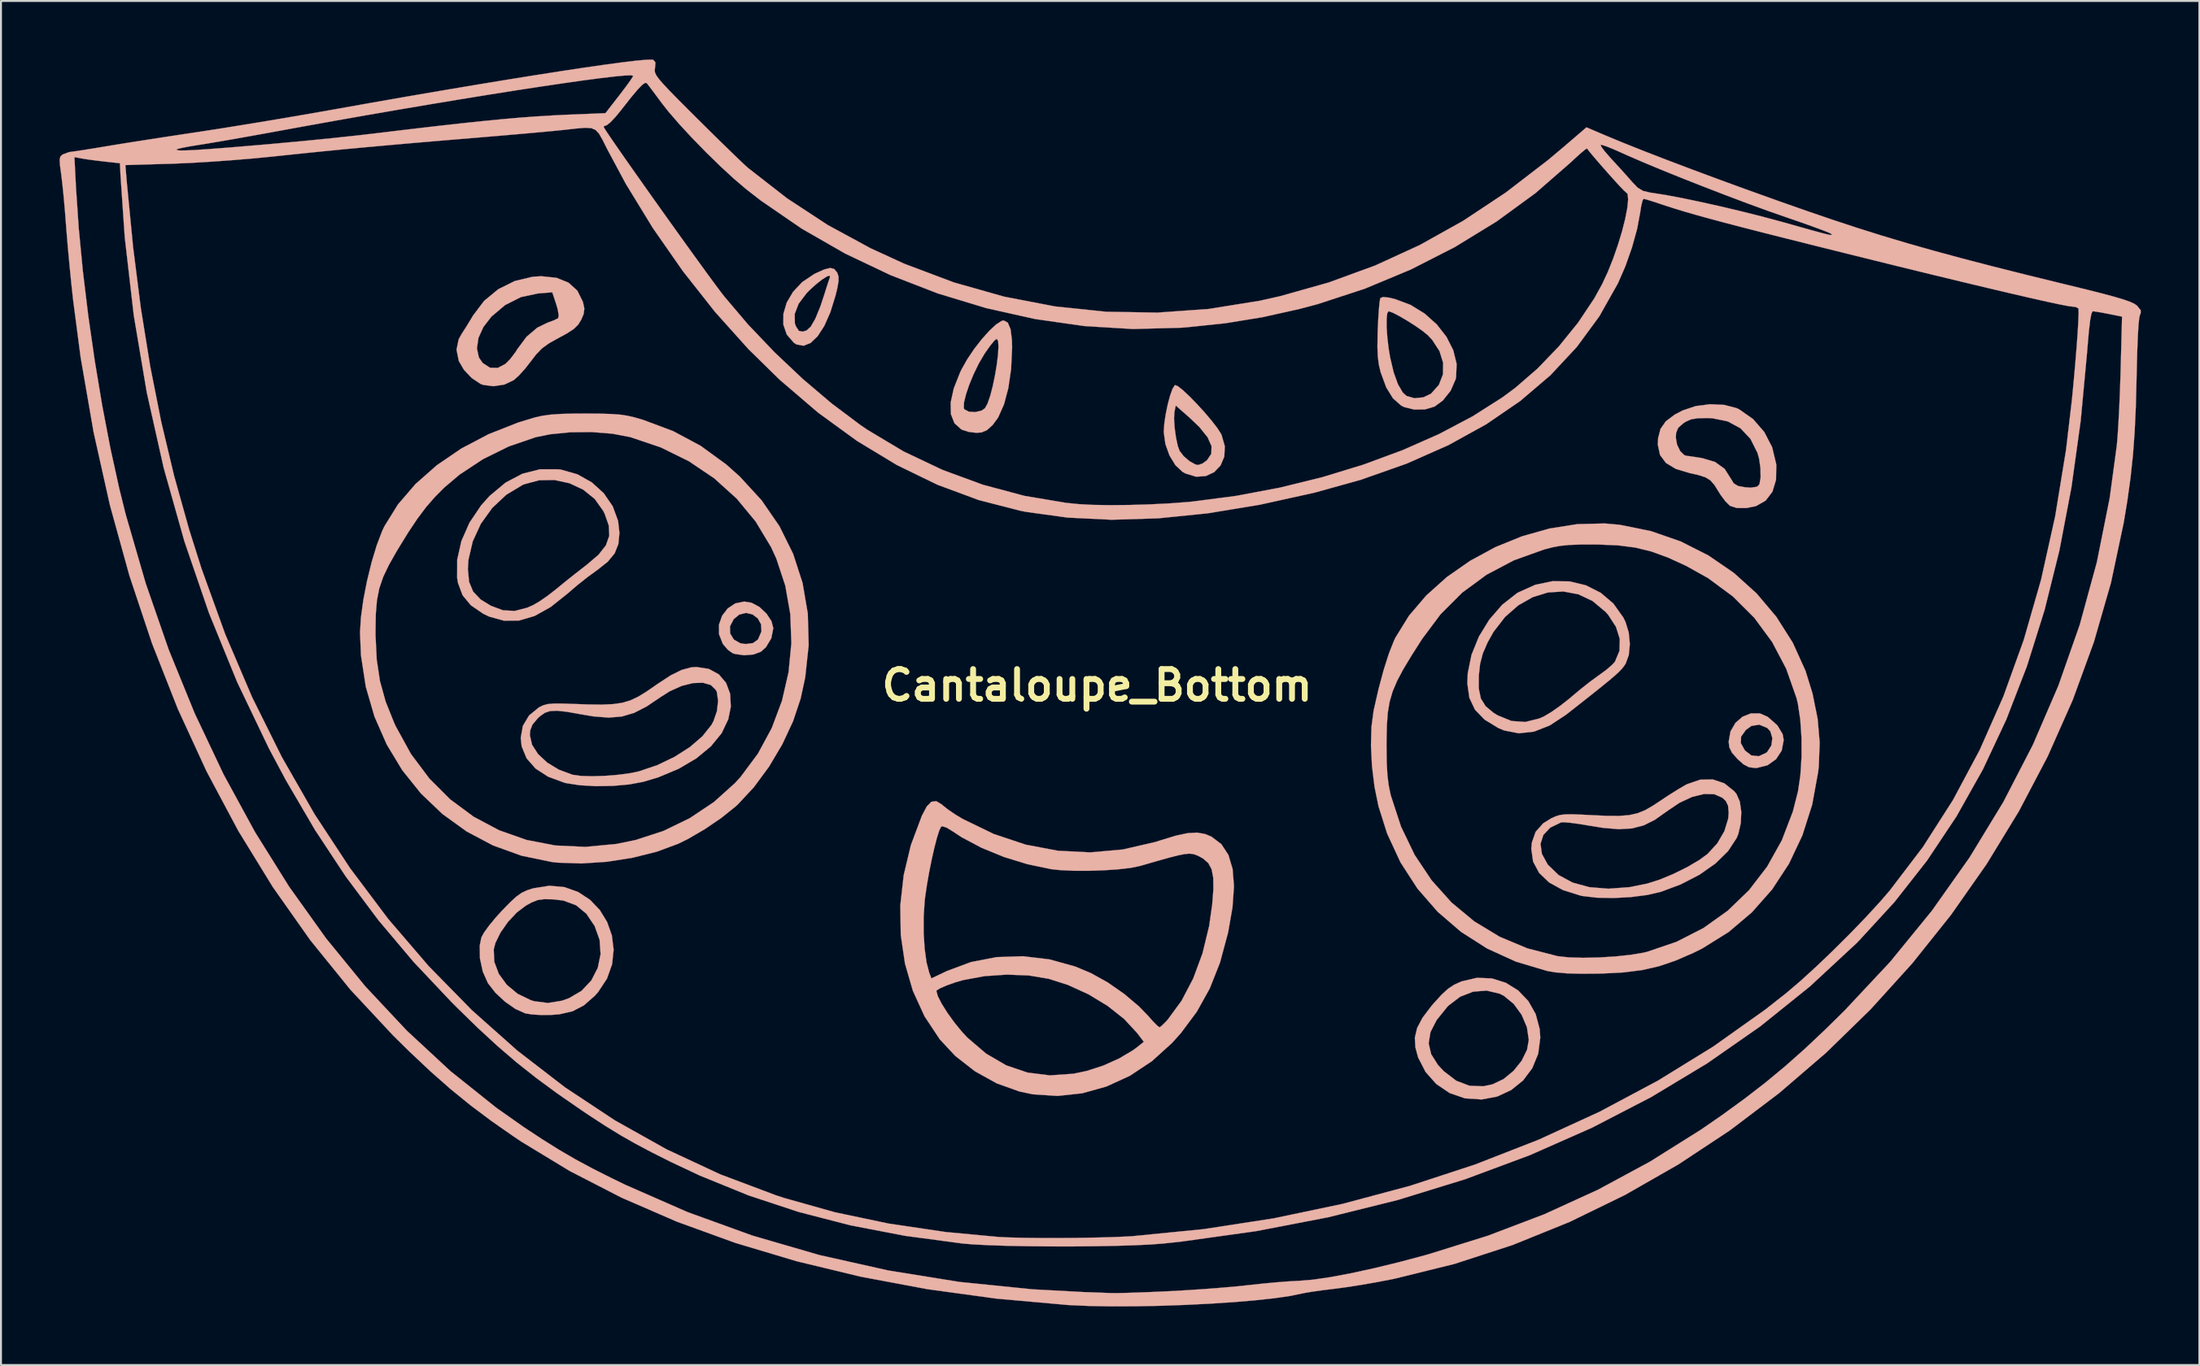
<source format=kicad_pcb>
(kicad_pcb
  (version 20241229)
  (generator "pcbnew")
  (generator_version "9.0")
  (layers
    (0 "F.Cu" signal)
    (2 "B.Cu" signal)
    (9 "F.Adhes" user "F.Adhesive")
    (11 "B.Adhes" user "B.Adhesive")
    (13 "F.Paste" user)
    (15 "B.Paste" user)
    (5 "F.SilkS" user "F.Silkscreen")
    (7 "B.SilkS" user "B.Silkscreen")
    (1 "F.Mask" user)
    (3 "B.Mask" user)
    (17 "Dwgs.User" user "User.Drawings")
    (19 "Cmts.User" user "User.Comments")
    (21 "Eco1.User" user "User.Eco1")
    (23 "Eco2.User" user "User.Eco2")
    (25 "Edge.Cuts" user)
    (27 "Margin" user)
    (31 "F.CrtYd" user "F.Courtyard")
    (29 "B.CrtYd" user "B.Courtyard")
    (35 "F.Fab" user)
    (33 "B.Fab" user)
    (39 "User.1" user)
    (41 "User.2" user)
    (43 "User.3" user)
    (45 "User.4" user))
  (footprint "Cantaloupe_Bottom"
    (layer "F.Cu")
    (at 53.127 32.065)
    (property "Reference" "Cantaloupe_Bottom" (at 0 0 0) (layer "F.SilkS") (effects (font (size 1.524 1.524) (thickness 0.3))))
    (attr through_hole)
    (fp_poly (pts (xy 33.938 1.438) (xy 34.339 1.614) (xy 34.83 2.047) (xy 35.102 2.499) (xy 35.156 2.804) (xy 35.054 3.341) (xy 34.764 3.784) (xy 34.327 4.094) (xy 33.786 4.23) (xy 33.688 4.233) (xy 33.375 4.194) (xy 33.097 4.047) (xy 32.794 3.777) (xy 32.508 3.453) (xy 32.371 3.175) (xy 32.347 2.961) (xy 32.961 2.961) (xy 33.169 3.335) (xy 33.17 3.336) (xy 33.497 3.589) (xy 33.877 3.631) (xy 34.253 3.459) (xy 34.315 3.406) (xy 34.523 3.082) (xy 34.575 2.704) (xy 34.472 2.357) (xy 34.311 2.182) (xy 33.902 2.014) (xy 33.503 2.079) (xy 33.215 2.288) (xy 32.975 2.626) (xy 32.961 2.961) (xy 32.347 2.961) (xy 32.338 2.884) (xy 32.432 2.359) (xy 32.683 1.925) (xy 33.047 1.607) (xy 33.48 1.436) (xy 33.938 1.438)) (stroke (width 0.01) (type solid)) (fill yes) (layer "B.SilkS"))
    (fp_poly (pts (xy -17.693 -4.232) (xy -17.29 -4.015) (xy -16.931 -3.678) (xy -16.675 -3.29) (xy -16.581 -2.93) (xy -16.683 -2.411) (xy -16.959 -1.952) (xy -17.217 -1.723) (xy -17.597 -1.581) (xy -18.078 -1.541) (xy -18.55 -1.61) (xy -18.667 -1.65) (xy -18.904 -1.819) (xy -19.142 -2.095) (xy -19.173 -2.142) (xy -19.361 -2.624) (xy -19.361 -3.02) (xy -18.8 -3.02) (xy -18.788 -2.653) (xy -18.6 -2.345) (xy -18.262 -2.153) (xy -17.992 -2.117) (xy -17.621 -2.165) (xy -17.386 -2.333) (xy -17.352 -2.378) (xy -17.186 -2.767) (xy -17.208 -3.129) (xy -17.375 -3.43) (xy -17.646 -3.635) (xy -17.977 -3.712) (xy -18.326 -3.625) (xy -18.609 -3.392) (xy -18.8 -3.02) (xy -19.361 -3.02) (xy -19.361 -3.113) (xy -19.203 -3.566) (xy -18.916 -3.941) (xy -18.529 -4.198) (xy -18.073 -4.294) (xy -17.693 -4.232)) (stroke (width 0.01) (type solid)) (fill yes) (layer "B.SilkS"))
    (fp_poly (pts (xy -13.463 -21.334) (xy -13.315 -21.156) (xy -13.304 -21.137) (xy -13.242 -20.952) (xy -13.241 -20.704) (xy -13.307 -20.333) (xy -13.395 -19.971) (xy -13.659 -19.118) (xy -13.968 -18.42) (xy -14.308 -17.891) (xy -14.668 -17.546) (xy -15.033 -17.4) (xy -15.392 -17.467) (xy -15.528 -17.554) (xy -15.891 -17.974) (xy -16.066 -18.481) (xy -16.062 -19.031) (xy -15.485 -19.031) (xy -15.477 -18.549) (xy -15.422 -18.394) (xy -15.273 -18.163) (xy -15.076 -18.123) (xy -14.88 -18.183) (xy -14.666 -18.374) (xy -14.429 -18.785) (xy -14.176 -19.401) (xy -13.999 -19.932) (xy -13.864 -20.359) (xy -13.75 -20.709) (xy -13.68 -20.91) (xy -13.677 -20.918) (xy -13.694 -20.998) (xy -13.844 -20.946) (xy -14.09 -20.788) (xy -14.392 -20.551) (xy -14.71 -20.262) (xy -14.878 -20.092) (xy -15.283 -19.554) (xy -15.485 -19.031) (xy -16.062 -19.031) (xy -16.062 -19.04) (xy -15.892 -19.615) (xy -15.565 -20.169) (xy -15.094 -20.667) (xy -14.49 -21.072) (xy -14.438 -21.099) (xy -13.979 -21.307) (xy -13.669 -21.385) (xy -13.463 -21.334)) (stroke (width 0.01) (type solid)) (fill yes) (layer "B.SilkS"))
    (fp_poly (pts (xy 4.14 -15.324) (xy 4.399 -15.118) (xy 4.735 -14.803) (xy 5.112 -14.415) (xy 5.497 -13.993) (xy 5.853 -13.573) (xy 6.147 -13.193) (xy 6.343 -12.891) (xy 6.371 -12.834) (xy 6.539 -12.251) (xy 6.512 -11.719) (xy 6.321 -11.268) (xy 5.996 -10.926) (xy 5.568 -10.724) (xy 5.068 -10.69) (xy 4.528 -10.854) (xy 4.374 -10.939) (xy 4.011 -11.276) (xy 3.707 -11.775) (xy 3.496 -12.362) (xy 3.413 -12.964) (xy 3.413 -12.994) (xy 3.441 -13.415) (xy 3.478 -13.666) (xy 3.939 -13.666) (xy 3.969 -13.202) (xy 4.036 -12.707) (xy 4.129 -12.272) (xy 4.222 -12.016) (xy 4.436 -11.737) (xy 4.735 -11.483) (xy 5.032 -11.318) (xy 5.168 -11.289) (xy 5.393 -11.365) (xy 5.622 -11.529) (xy 5.847 -11.864) (xy 5.859 -12.256) (xy 5.656 -12.712) (xy 5.235 -13.237) (xy 4.724 -13.724) (xy 4.026 -14.336) (xy 3.959 -14.006) (xy 3.939 -13.666) (xy 3.478 -13.666) (xy 3.514 -13.903) (xy 3.617 -14.401) (xy 3.738 -14.85) (xy 3.861 -15.193) (xy 3.973 -15.372) (xy 3.993 -15.383) (xy 4.14 -15.324)) (stroke (width 0.01) (type solid)) (fill yes) (layer "B.SilkS"))
    (fp_poly (pts (xy -4.575 -18.585) (xy -4.434 -18.252) (xy -4.363 -17.701) (xy -4.353 -17.308) (xy -4.404 -16.215) (xy -4.546 -15.232) (xy -4.77 -14.391) (xy -5.069 -13.722) (xy -5.345 -13.344) (xy -5.64 -13.077) (xy -5.917 -12.959) (xy -6.187 -12.94) (xy -6.577 -12.987) (xy -6.922 -13.097) (xy -6.951 -13.112) (xy -7.304 -13.428) (xy -7.486 -13.894) (xy -7.493 -14.212) (xy -6.828 -14.212) (xy -6.799 -14.145) (xy -6.566 -14.021) (xy -6.234 -14.002) (xy -5.911 -14.08) (xy -5.742 -14.199) (xy -5.61 -14.44) (xy -5.476 -14.827) (xy -5.348 -15.315) (xy -5.234 -15.858) (xy -5.141 -16.408) (xy -5.077 -16.92) (xy -5.05 -17.346) (xy -5.068 -17.64) (xy -5.138 -17.756) (xy -5.143 -17.756) (xy -5.26 -17.664) (xy -5.462 -17.42) (xy -5.71 -17.071) (xy -5.778 -16.969) (xy -6.059 -16.488) (xy -6.321 -15.951) (xy -6.546 -15.408) (xy -6.717 -14.905) (xy -6.817 -14.49) (xy -6.828 -14.212) (xy -7.493 -14.212) (xy -7.498 -14.494) (xy -7.34 -15.215) (xy -7.012 -16.044) (xy -6.937 -16.198) (xy -6.647 -16.713) (xy -6.291 -17.24) (xy -5.904 -17.738) (xy -5.518 -18.169) (xy -5.168 -18.494) (xy -4.886 -18.674) (xy -4.784 -18.697) (xy -4.575 -18.585)) (stroke (width 0.01) (type solid)) (fill yes) (layer "B.SilkS"))
    (fp_poly (pts (xy 20.215 15.016) (xy 20.927 15.239) (xy 21.558 15.632) (xy 22.078 16.174) (xy 22.456 16.842) (xy 22.662 17.615) (xy 22.692 18.05) (xy 22.585 18.877) (xy 22.282 19.616) (xy 21.811 20.243) (xy 21.203 20.735) (xy 20.486 21.068) (xy 19.691 21.218) (xy 18.846 21.162) (xy 18.832 21.159) (xy 18.05 20.889) (xy 17.368 20.427) (xy 16.819 19.81) (xy 16.438 19.07) (xy 16.297 18.552) (xy 16.286 18.342) (xy 16.976 18.342) (xy 17.104 18.898) (xy 17.453 19.449) (xy 17.751 19.769) (xy 18.389 20.258) (xy 19.061 20.515) (xy 19.773 20.542) (xy 20.243 20.442) (xy 20.808 20.174) (xy 21.322 19.753) (xy 21.739 19.233) (xy 22.014 18.669) (xy 22.104 18.168) (xy 22.007 17.514) (xy 21.736 16.878) (xy 21.331 16.322) (xy 20.83 15.909) (xy 20.612 15.798) (xy 19.942 15.639) (xy 19.253 15.695) (xy 18.589 15.954) (xy 17.996 16.405) (xy 17.922 16.482) (xy 17.384 17.151) (xy 17.069 17.765) (xy 16.976 18.342) (xy 16.286 18.342) (xy 16.269 18.049) (xy 16.386 17.555) (xy 16.663 17.027) (xy 17.12 16.425) (xy 17.234 16.293) (xy 17.64 15.847) (xy 17.97 15.544) (xy 18.286 15.336) (xy 18.649 15.174) (xy 18.669 15.166) (xy 19.452 14.984) (xy 20.215 15.016)) (stroke (width 0.01) (type solid)) (fill yes) (layer "B.SilkS"))
    (fp_poly (pts (xy 14.951 -19.864) (xy 15.244 -19.795) (xy 16.045 -19.495) (xy 16.769 -19.05) (xy 17.392 -18.493) (xy 17.889 -17.856) (xy 18.236 -17.171) (xy 18.408 -16.473) (xy 18.381 -15.792) (xy 18.354 -15.674) (xy 18.101 -15.095) (xy 17.703 -14.595) (xy 17.278 -14.283) (xy 16.791 -14.139) (xy 16.234 -14.131) (xy 15.72 -14.258) (xy 15.569 -14.335) (xy 15.15 -14.704) (xy 14.805 -15.263) (xy 14.522 -16.032) (xy 14.518 -16.044) (xy 14.427 -16.425) (xy 14.374 -16.837) (xy 14.353 -17.341) (xy 14.363 -17.999) (xy 14.37 -18.228) (xy 14.395 -18.766) (xy 14.823 -18.766) (xy 14.825 -18.335) (xy 14.861 -17.812) (xy 14.929 -17.246) (xy 15.002 -16.807) (xy 15.185 -16.034) (xy 15.406 -15.422) (xy 15.654 -15) (xy 15.845 -14.827) (xy 16.25 -14.711) (xy 16.706 -14.756) (xy 17.096 -14.945) (xy 17.501 -15.397) (xy 17.708 -15.936) (xy 17.717 -16.524) (xy 17.531 -17.127) (xy 17.153 -17.707) (xy 16.918 -17.954) (xy 16.656 -18.166) (xy 16.289 -18.422) (xy 15.876 -18.685) (xy 15.473 -18.921) (xy 15.14 -19.093) (xy 14.934 -19.167) (xy 14.923 -19.168) (xy 14.855 -19.059) (xy 14.823 -18.766) (xy 14.395 -18.766) (xy 14.397 -18.803) (xy 14.43 -19.295) (xy 14.466 -19.656) (xy 14.5 -19.835) (xy 14.503 -19.841) (xy 14.642 -19.898) (xy 14.951 -19.864)) (stroke (width 0.01) (type solid)) (fill yes) (layer "B.SilkS"))
    (fp_poly (pts (xy -27.683 -20.881) (xy -27.067 -20.633) (xy -26.614 -20.222) (xy -26.331 -19.652) (xy -26.33 -19.649) (xy -26.256 -19.307) (xy -26.292 -19.024) (xy -26.414 -18.738) (xy -26.571 -18.481) (xy -26.797 -18.261) (xy -27.145 -18.033) (xy -27.547 -17.815) (xy -28.054 -17.534) (xy -28.42 -17.27) (xy -28.726 -16.954) (xy -28.978 -16.625) (xy -29.289 -16.227) (xy -29.608 -15.874) (xy -29.867 -15.641) (xy -29.87 -15.639) (xy -30.354 -15.411) (xy -30.909 -15.326) (xy -31.434 -15.394) (xy -31.574 -15.447) (xy -32.02 -15.745) (xy -32.42 -16.165) (xy -32.682 -16.615) (xy -32.683 -16.618) (xy -32.801 -17.196) (xy -32.786 -17.269) (xy -31.757 -17.269) (xy -31.657 -16.801) (xy -31.461 -16.516) (xy -31.087 -16.274) (xy -30.688 -16.265) (xy -30.296 -16.472) (xy -30.048 -16.723) (xy -29.782 -17.075) (xy -29.684 -17.231) (xy -29.22 -17.855) (xy -28.666 -18.327) (xy -28.144 -18.581) (xy -27.832 -18.695) (xy -27.619 -18.799) (xy -27.592 -18.818) (xy -27.57 -18.973) (xy -27.621 -19.271) (xy -27.695 -19.525) (xy -27.898 -20.138) (xy -28.635 -20.079) (xy -29.505 -19.893) (xy -30.313 -19.485) (xy -31.016 -18.891) (xy -31.428 -18.356) (xy -31.678 -17.802) (xy -31.757 -17.269) (xy -32.786 -17.269) (xy -32.692 -17.73) (xy -32.54 -18.005) (xy -32.317 -18.352) (xy -32.06 -18.771) (xy -31.954 -18.95) (xy -31.386 -19.702) (xy -30.662 -20.298) (xy -29.822 -20.716) (xy -28.903 -20.935) (xy -28.456 -20.962) (xy -27.683 -20.881)) (stroke (width 0.01) (type solid)) (fill yes) (layer "B.SilkS"))
    (fp_poly (pts (xy -27.272 10.338) (xy -26.575 10.587) (xy -25.968 10.985) (xy -25.468 11.507) (xy -25.089 12.125) (xy -24.847 12.813) (xy -24.757 13.543) (xy -24.835 14.29) (xy -25.096 15.025) (xy -25.556 15.722) (xy -25.729 15.914) (xy -26.278 16.395) (xy -26.855 16.697) (xy -27.532 16.853) (xy -27.987 16.889) (xy -28.486 16.89) (xy -28.952 16.86) (xy -29.283 16.805) (xy -29.287 16.804) (xy -29.786 16.58) (xy -30.319 16.208) (xy -30.812 15.748) (xy -31.191 15.26) (xy -31.194 15.255) (xy -31.458 14.662) (xy -31.602 13.989) (xy -31.609 13.522) (xy -30.895 13.522) (xy -30.868 14.163) (xy -30.636 14.782) (xy -30.229 15.34) (xy -29.675 15.802) (xy -29.006 16.127) (xy -28.817 16.185) (xy -28.121 16.274) (xy -27.406 16.158) (xy -27.046 16.031) (xy -26.395 15.648) (xy -25.898 15.117) (xy -25.57 14.478) (xy -25.424 13.771) (xy -25.476 13.036) (xy -25.728 12.333) (xy -26.156 11.697) (xy -26.678 11.268) (xy -27.323 11.028) (xy -27.845 10.964) (xy -28.306 10.955) (xy -28.64 10.999) (xy -28.953 11.121) (xy -29.247 11.283) (xy -29.718 11.64) (xy -30.168 12.122) (xy -30.548 12.664) (xy -30.81 13.197) (xy -30.895 13.522) (xy -31.609 13.522) (xy -31.612 13.331) (xy -31.529 12.918) (xy -31.393 12.667) (xy -31.131 12.305) (xy -30.784 11.885) (xy -30.485 11.556) (xy -30.063 11.122) (xy -29.742 10.827) (xy -29.469 10.632) (xy -29.192 10.501) (xy -28.879 10.4) (xy -28.046 10.267) (xy -27.272 10.338)) (stroke (width 0.01) (type solid)) (fill yes) (layer "B.SilkS"))
    (fp_poly (pts (xy 32.106 -14.37) (xy 32.733 -14.208) (xy 32.875 -14.142) (xy 33.588 -13.643) (xy 34.161 -12.981) (xy 34.565 -12.199) (xy 34.771 -11.342) (xy 34.777 -11.278) (xy 34.763 -10.528) (xy 34.578 -9.919) (xy 34.232 -9.466) (xy 33.734 -9.182) (xy 33.252 -9.086) (xy 32.759 -9.087) (xy 32.431 -9.187) (xy 32.38 -9.221) (xy 32.17 -9.431) (xy 31.929 -9.753) (xy 31.828 -9.915) (xy 31.605 -10.272) (xy 31.398 -10.507) (xy 31.144 -10.662) (xy 30.776 -10.779) (xy 30.336 -10.878) (xy 29.624 -11.092) (xy 29.124 -11.397) (xy 28.823 -11.804) (xy 28.71 -12.328) (xy 28.725 -12.668) (xy 28.731 -12.692) (xy 29.633 -12.692) (xy 29.696 -12.329) (xy 29.855 -12.005) (xy 30.064 -11.797) (xy 30.192 -11.759) (xy 30.347 -11.74) (xy 30.66 -11.694) (xy 30.976 -11.644) (xy 31.64 -11.446) (xy 32.13 -11.094) (xy 32.457 -10.58) (xy 32.459 -10.576) (xy 32.597 -10.35) (xy 32.818 -10.216) (xy 33.182 -10.148) (xy 33.472 -10.129) (xy 33.791 -10.176) (xy 33.913 -10.299) (xy 33.974 -10.645) (xy 33.967 -11.112) (xy 33.9 -11.599) (xy 33.816 -11.906) (xy 33.452 -12.632) (xy 32.943 -13.171) (xy 32.294 -13.523) (xy 31.506 -13.685) (xy 31.221 -13.696) (xy 30.734 -13.683) (xy 30.399 -13.625) (xy 30.132 -13.504) (xy 30.016 -13.427) (xy 29.754 -13.197) (xy 29.648 -12.94) (xy 29.633 -12.692) (xy 28.731 -12.692) (xy 28.848 -13.141) (xy 29.12 -13.53) (xy 29.573 -13.871) (xy 29.986 -14.087) (xy 30.652 -14.309) (xy 31.385 -14.404) (xy 32.106 -14.37)) (stroke (width 0.01) (type solid)) (fill yes) (layer "B.SilkS"))
    (fp_poly (pts (xy -27.583 -11.07) (xy -27.439 -11.05) (xy -26.608 -10.812) (xy -25.873 -10.399) (xy -25.262 -9.843) (xy -24.804 -9.176) (xy -24.529 -8.428) (xy -24.459 -7.806) (xy -24.515 -7.237) (xy -24.704 -6.763) (xy -25.057 -6.335) (xy -25.604 -5.901) (xy -25.657 -5.865) (xy -26.099 -5.542) (xy -26.607 -5.139) (xy -27.078 -4.736) (xy -27.119 -4.7) (xy -27.981 -4.013) (xy -28.804 -3.554) (xy -29.597 -3.321) (xy -30.369 -3.312) (xy -31.131 -3.523) (xy -31.442 -3.674) (xy -32.071 -4.106) (xy -32.492 -4.618) (xy -32.725 -5.241) (xy -32.769 -5.505) (xy -32.767 -5.951) (xy -32.22 -5.951) (xy -32.158 -5.304) (xy -31.949 -4.803) (xy -31.565 -4.399) (xy -31.044 -4.078) (xy -30.425 -3.846) (xy -29.821 -3.813) (xy -29.178 -3.98) (xy -28.875 -4.114) (xy -28.544 -4.308) (xy -28.126 -4.598) (xy -27.71 -4.922) (xy -27.693 -4.936) (xy -27.249 -5.3) (xy -26.719 -5.722) (xy -26.206 -6.121) (xy -26.126 -6.182) (xy -25.531 -6.692) (xy -25.152 -7.174) (xy -24.98 -7.661) (xy -25.004 -8.186) (xy -25.213 -8.784) (xy -25.288 -8.937) (xy -25.723 -9.549) (xy -26.315 -10.027) (xy -27.018 -10.356) (xy -27.787 -10.521) (xy -28.576 -10.508) (xy -29.34 -10.302) (xy -29.425 -10.265) (xy -30.256 -9.763) (xy -30.975 -9.087) (xy -31.556 -8.278) (xy -31.97 -7.38) (xy -32.191 -6.434) (xy -32.22 -5.951) (xy -32.767 -5.951) (xy -32.766 -6.442) (xy -32.55 -7.399) (xy -32.136 -8.339) (xy -31.539 -9.224) (xy -31.106 -9.707) (xy -30.29 -10.388) (xy -29.426 -10.844) (xy -28.521 -11.072) (xy -27.583 -11.07)) (stroke (width 0.01) (type solid)) (fill yes) (layer "B.SilkS"))
    (fp_poly (pts (xy 24.198 -5.326) (xy 25.029 -5.125) (xy 25.785 -4.744) (xy 26.433 -4.193) (xy 26.942 -3.478) (xy 27.055 -3.25) (xy 27.22 -2.711) (xy 27.277 -2.116) (xy 27.224 -1.554) (xy 27.065 -1.116) (xy 26.977 -0.982) (xy 26.867 -0.845) (xy 26.714 -0.686) (xy 26.497 -0.487) (xy 26.193 -0.229) (xy 25.781 0.106) (xy 25.241 0.537) (xy 24.55 1.082) (xy 24.015 1.502) (xy 23.178 2.053) (xy 22.371 2.371) (xy 21.592 2.457) (xy 20.838 2.31) (xy 20.538 2.183) (xy 19.836 1.754) (xy 19.348 1.248) (xy 19.06 0.638) (xy 18.994 0.166) (xy 19.542 0.166) (xy 19.649 0.674) (xy 19.893 1.069) (xy 20.298 1.406) (xy 20.515 1.539) (xy 21.216 1.825) (xy 21.923 1.876) (xy 22.648 1.695) (xy 22.887 1.587) (xy 23.255 1.369) (xy 23.711 1.048) (xy 24.172 0.686) (xy 24.292 0.584) (xy 24.748 0.201) (xy 25.228 -0.178) (xy 25.645 -0.485) (xy 25.726 -0.541) (xy 26.085 -0.805) (xy 26.379 -1.062) (xy 26.518 -1.219) (xy 26.748 -1.773) (xy 26.763 -2.377) (xy 26.567 -3) (xy 26.167 -3.615) (xy 26.034 -3.764) (xy 25.373 -4.319) (xy 24.643 -4.665) (xy 23.871 -4.81) (xy 23.083 -4.759) (xy 22.306 -4.52) (xy 21.565 -4.099) (xy 20.886 -3.503) (xy 20.296 -2.739) (xy 19.995 -2.201) (xy 19.748 -1.632) (xy 19.61 -1.103) (xy 19.545 -0.507) (xy 19.542 0.166) (xy 18.994 0.166) (xy 18.957 -0.101) (xy 18.978 -0.618) (xy 19.17 -1.565) (xy 19.55 -2.501) (xy 20.085 -3.373) (xy 20.741 -4.128) (xy 21.485 -4.713) (xy 21.563 -4.76) (xy 22.433 -5.152) (xy 23.321 -5.337) (xy 24.198 -5.326)) (stroke (width 0.01) (type solid)) (fill yes) (layer "B.SilkS"))
    (fp_poly (pts (xy -19.88 -0.842) (xy -19.368 -0.562) (xy -18.999 -0.128) (xy -18.79 0.433) (xy -18.757 1.095) (xy -18.886 1.736) (xy -19.227 2.454) (xy -19.779 3.128) (xy -20.518 3.739) (xy -21.421 4.272) (xy -22.464 4.71) (xy -23.249 4.945) (xy -23.964 5.077) (xy -24.795 5.151) (xy -25.663 5.165) (xy -26.483 5.119) (xy -27.174 5.013) (xy -27.281 4.987) (xy -28.108 4.682) (xy -28.756 4.262) (xy -29.213 3.74) (xy -29.465 3.13) (xy -29.514 2.693) (xy -29.489 2.554) (xy -29.045 2.554) (xy -28.934 3.043) (xy -28.625 3.523) (xy -28.155 3.96) (xy -27.558 4.322) (xy -26.871 4.576) (xy -26.842 4.584) (xy -26.427 4.641) (xy -25.852 4.657) (xy -25.189 4.636) (xy -24.51 4.581) (xy -23.887 4.497) (xy -23.46 4.406) (xy -22.517 4.086) (xy -21.635 3.662) (xy -20.853 3.162) (xy -20.213 2.611) (xy -19.754 2.036) (xy -19.647 1.842) (xy -19.468 1.324) (xy -19.407 0.8) (xy -19.469 0.355) (xy -19.518 0.24) (xy -19.779 -0.017) (xy -20.187 -0.134) (xy -20.699 -0.116) (xy -21.277 0.03) (xy -21.881 0.301) (xy -22.343 0.594) (xy -23.064 1.081) (xy -23.708 1.411) (xy -24.336 1.597) (xy -25.009 1.653) (xy -25.789 1.591) (xy -26.498 1.471) (xy -27.164 1.353) (xy -27.652 1.3) (xy -28.009 1.317) (xy -28.284 1.409) (xy -28.526 1.581) (xy -28.646 1.693) (xy -28.912 2.009) (xy -29.028 2.31) (xy -29.045 2.554) (xy -29.489 2.554) (xy -29.405 2.075) (xy -29.086 1.542) (xy -28.586 1.132) (xy -28.367 1.023) (xy -28.126 0.959) (xy -27.804 0.931) (xy -27.34 0.934) (xy -26.999 0.946) (xy -26.086 0.978) (xy -25.363 0.987) (xy -24.788 0.962) (xy -24.317 0.894) (xy -23.905 0.772) (xy -23.509 0.586) (xy -23.085 0.327) (xy -22.589 -0.015) (xy -22.504 -0.075) (xy -21.836 -0.512) (xy -21.278 -0.789) (xy -20.786 -0.922) (xy -20.52 -0.941) (xy -19.88 -0.842)) (stroke (width 0.01) (type solid)) (fill yes) (layer "B.SilkS"))
    (fp_poly (pts (xy 32.116 5.019) (xy 32.619 5.421) (xy 32.737 5.565) (xy 32.91 5.957) (xy 32.984 6.482) (xy 32.959 7.06) (xy 32.833 7.611) (xy 32.748 7.82) (xy 32.309 8.491) (xy 31.664 9.125) (xy 30.844 9.702) (xy 29.877 10.201) (xy 28.869 10.577) (xy 28.164 10.741) (xy 27.328 10.848) (xy 26.445 10.896) (xy 25.599 10.88) (xy 24.873 10.796) (xy 24.74 10.769) (xy 23.847 10.487) (xy 23.141 10.097) (xy 22.631 9.608) (xy 22.324 9.03) (xy 22.231 8.372) (xy 22.255 8.121) (xy 22.703 8.121) (xy 22.774 8.634) (xy 23.071 9.176) (xy 23.079 9.186) (xy 23.63 9.719) (xy 24.345 10.105) (xy 25.203 10.34) (xy 26.179 10.42) (xy 27.252 10.34) (xy 28.163 10.158) (xy 28.809 9.952) (xy 29.522 9.656) (xy 30.226 9.306) (xy 30.845 8.941) (xy 31.255 8.639) (xy 31.754 8.097) (xy 32.119 7.47) (xy 32.315 6.826) (xy 32.338 6.539) (xy 32.308 6.168) (xy 32.191 5.924) (xy 32.015 5.759) (xy 31.603 5.577) (xy 31.076 5.566) (xy 30.468 5.716) (xy 29.815 6.019) (xy 29.154 6.466) (xy 29.147 6.472) (xy 28.554 6.892) (xy 27.984 7.175) (xy 27.385 7.331) (xy 26.707 7.37) (xy 25.898 7.301) (xy 25.233 7.194) (xy 24.696 7.104) (xy 24.233 7.042) (xy 23.9 7.013) (xy 23.763 7.019) (xy 23.206 7.287) (xy 22.85 7.663) (xy 22.703 8.121) (xy 22.255 8.121) (xy 22.262 8.052) (xy 22.454 7.503) (xy 22.841 7.068) (xy 23.254 6.811) (xy 23.479 6.71) (xy 23.698 6.644) (xy 23.962 6.611) (xy 24.323 6.606) (xy 24.833 6.625) (xy 25.274 6.648) (xy 26.099 6.686) (xy 26.74 6.689) (xy 27.247 6.648) (xy 27.671 6.553) (xy 28.061 6.394) (xy 28.467 6.16) (xy 28.788 5.947) (xy 29.261 5.633) (xy 29.729 5.339) (xy 30.113 5.114) (xy 30.211 5.062) (xy 30.877 4.833) (xy 31.524 4.821) (xy 32.116 5.019)) (stroke (width 0.01) (type solid)) (fill yes) (layer "B.SilkS"))
    (fp_poly (pts (xy -25.424 -13.92) (xy -24.863 -13.903) (xy -24.422 -13.87) (xy -24.045 -13.813) (xy -23.674 -13.727) (xy -23.254 -13.604) (xy -23.249 -13.603) (xy -21.707 -13.025) (xy -20.301 -12.272) (xy -18.994 -11.32) (xy -18.3 -10.701) (xy -17.179 -9.48) (xy -16.267 -8.156) (xy -15.567 -6.741) (xy -15.082 -5.246) (xy -14.815 -3.684) (xy -14.769 -2.065) (xy -14.948 -0.402) (xy -15.181 0.677) (xy -15.567 1.834) (xy -16.119 3.018) (xy -16.8 4.166) (xy -17.572 5.214) (xy -18.396 6.1) (xy -18.529 6.22) (xy -19.247 6.796) (xy -20.087 7.367) (xy -20.943 7.866) (xy -21.44 8.112) (xy -22.541 8.521) (xy -23.785 8.833) (xy -25.097 9.039) (xy -26.402 9.126) (xy -27.623 9.084) (xy -27.928 9.049) (xy -29.478 8.728) (xy -30.935 8.201) (xy -32.286 7.485) (xy -33.519 6.594) (xy -34.62 5.544) (xy -35.577 4.351) (xy -36.375 3.031) (xy -37.003 1.599) (xy -37.447 0.071) (xy -37.694 -1.538) (xy -37.742 -2.705) (xy -37.737 -2.794) (xy -36.949 -2.794) (xy -36.948 -2.543) (xy -36.887 -1.314) (xy -36.721 -0.217) (xy -36.431 0.831) (xy -35.996 1.918) (xy -35.914 2.097) (xy -35.13 3.522) (xy -34.192 4.774) (xy -33.118 5.847) (xy -31.92 6.734) (xy -30.615 7.427) (xy -29.216 7.92) (xy -27.739 8.205) (xy -26.198 8.276) (xy -24.609 8.125) (xy -23.636 7.925) (xy -22.21 7.461) (xy -20.86 6.806) (xy -19.626 5.981) (xy -18.546 5.011) (xy -18.258 4.695) (xy -17.367 3.498) (xy -16.657 2.183) (xy -16.133 0.781) (xy -15.798 -0.679) (xy -15.655 -2.166) (xy -15.71 -3.652) (xy -15.966 -5.105) (xy -16.426 -6.497) (xy -16.696 -7.084) (xy -17.483 -8.392) (xy -18.457 -9.57) (xy -19.602 -10.604) (xy -20.901 -11.482) (xy -22.338 -12.19) (xy -23.897 -12.717) (xy -23.906 -12.72) (xy -24.831 -12.895) (xy -25.884 -12.978) (xy -26.974 -12.967) (xy -28.012 -12.864) (xy -28.751 -12.713) (xy -30.119 -12.244) (xy -31.435 -11.596) (xy -32.64 -10.802) (xy -33.434 -10.13) (xy -33.918 -9.642) (xy -34.365 -9.126) (xy -34.808 -8.535) (xy -35.281 -7.826) (xy -35.817 -6.952) (xy -35.872 -6.861) (xy -36.268 -6.161) (xy -36.557 -5.552) (xy -36.755 -4.973) (xy -36.875 -4.362) (xy -36.935 -3.656) (xy -36.949 -2.794) (xy -37.737 -2.794) (xy -37.696 -3.48) (xy -37.572 -4.381) (xy -37.385 -5.343) (xy -37.152 -6.297) (xy -36.887 -7.176) (xy -36.606 -7.914) (xy -36.497 -8.145) (xy -35.801 -9.269) (xy -34.898 -10.319) (xy -33.809 -11.279) (xy -32.556 -12.134) (xy -31.159 -12.869) (xy -29.639 -13.469) (xy -28.81 -13.721) (xy -28.423 -13.81) (xy -27.986 -13.871) (xy -27.449 -13.908) (xy -26.762 -13.924) (xy -26.164 -13.926) (xy -25.424 -13.92)) (stroke (width 0.01) (type solid)) (fill yes) (layer "B.SilkS"))
    (fp_poly (pts (xy 26.752 -8.227) (xy 28.359 -7.903) (xy 29.881 -7.374) (xy 31.301 -6.656) (xy 32.602 -5.763) (xy 33.767 -4.711) (xy 34.778 -3.514) (xy 35.619 -2.188) (xy 36.271 -0.748) (xy 36.63 0.41) (xy 36.893 1.712) (xy 36.998 2.931) (xy 36.952 4.153) (xy 36.922 4.424) (xy 36.615 6.11) (xy 36.113 7.686) (xy 35.426 9.139) (xy 34.562 10.458) (xy 33.529 11.628) (xy 32.336 12.639) (xy 30.992 13.477) (xy 30.531 13.707) (xy 29.614 14.105) (xy 28.76 14.394) (xy 27.897 14.59) (xy 26.955 14.708) (xy 25.863 14.765) (xy 25.694 14.769) (xy 24.773 14.776) (xy 24.046 14.756) (xy 23.473 14.707) (xy 23.048 14.634) (xy 21.449 14.158) (xy 19.973 13.486) (xy 18.632 12.63) (xy 17.437 11.601) (xy 16.401 10.411) (xy 15.534 9.07) (xy 14.848 7.59) (xy 14.407 6.193) (xy 14.205 5.201) (xy 14.075 4.145) (xy 14.024 3.127) (xy 14.818 3.127) (xy 14.828 3.948) (xy 14.864 4.596) (xy 14.931 5.135) (xy 15.034 5.625) (xy 15.042 5.655) (xy 15.562 7.24) (xy 16.259 8.687) (xy 17.124 9.985) (xy 18.145 11.124) (xy 19.31 12.092) (xy 20.61 12.88) (xy 22.033 13.477) (xy 23.567 13.872) (xy 23.596 13.878) (xy 24.163 13.939) (xy 24.89 13.96) (xy 25.706 13.942) (xy 26.54 13.89) (xy 27.32 13.807) (xy 27.976 13.697) (xy 28.163 13.652) (xy 29.669 13.139) (xy 31.049 12.433) (xy 32.29 11.547) (xy 33.38 10.495) (xy 34.307 9.289) (xy 35.059 7.942) (xy 35.624 6.468) (xy 35.888 5.433) (xy 36.011 4.603) (xy 36.07 3.661) (xy 36.068 2.684) (xy 36.004 1.749) (xy 35.881 0.934) (xy 35.814 0.654) (xy 35.284 -0.852) (xy 34.561 -2.226) (xy 33.649 -3.463) (xy 32.556 -4.554) (xy 31.286 -5.492) (xy 30.163 -6.121) (xy 29.221 -6.552) (xy 28.378 -6.859) (xy 27.555 -7.06) (xy 26.673 -7.173) (xy 25.653 -7.216) (xy 25.459 -7.218) (xy 24.73 -7.215) (xy 24.171 -7.194) (xy 23.716 -7.148) (xy 23.301 -7.07) (xy 22.884 -6.961) (xy 21.337 -6.405) (xy 19.94 -5.668) (xy 18.691 -4.749) (xy 17.588 -3.646) (xy 16.647 -2.386) (xy 16.103 -1.533) (xy 15.679 -0.829) (xy 15.36 -0.229) (xy 15.131 0.312) (xy 14.977 0.838) (xy 14.884 1.395) (xy 14.837 2.027) (xy 14.82 2.777) (xy 14.818 3.127) (xy 14.024 3.127) (xy 14.022 3.094) (xy 14.048 2.121) (xy 14.158 1.295) (xy 14.158 1.294) (xy 14.407 0.201) (xy 14.671 -0.786) (xy 14.94 -1.63) (xy 15.201 -2.29) (xy 15.273 -2.443) (xy 15.967 -3.566) (xy 16.855 -4.607) (xy 17.908 -5.55) (xy 19.096 -6.379) (xy 20.388 -7.08) (xy 21.755 -7.637) (xy 23.166 -8.036) (xy 24.59 -8.26) (xy 25.999 -8.294) (xy 26.752 -8.227)) (stroke (width 0.01) (type solid)) (fill yes) (layer "B.SilkS"))
    (fp_poly (pts (xy -7.953 6.102) (xy -7.897 6.154) (xy -7.628 6.368) (xy -7.241 6.63) (xy -6.879 6.847) (xy -5.287 7.618) (xy -3.661 8.161) (xy -2.011 8.474) (xy -0.35 8.558) (xy 1.313 8.41) (xy 2.966 8.029) (xy 3.28 7.93) (xy 4.039 7.699) (xy 4.635 7.572) (xy 5.114 7.545) (xy 5.52 7.614) (xy 5.855 7.753) (xy 6.362 8.137) (xy 6.722 8.686) (xy 6.937 9.405) (xy 7.007 10.299) (xy 6.932 11.37) (xy 6.714 12.624) (xy 6.697 12.7) (xy 6.293 14.202) (xy 5.768 15.53) (xy 5.103 16.726) (xy 4.278 17.831) (xy 3.829 18.329) (xy 2.8 19.26) (xy 1.675 20.005) (xy 0.478 20.554) (xy -0.764 20.901) (xy -2.027 21.037) (xy -3.286 20.955) (xy -3.974 20.811) (xy -5.144 20.391) (xy -6.258 19.772) (xy -7.262 18.989) (xy -8.055 18.138) (xy -8.837 16.958) (xy -9.431 15.658) (xy -8.231 15.658) (xy -8.157 15.926) (xy -7.956 16.318) (xy -7.661 16.786) (xy -7.304 17.281) (xy -6.918 17.753) (xy -6.644 18.048) (xy -5.68 18.872) (xy -4.654 19.47) (xy -3.565 19.84) (xy -2.418 19.984) (xy -1.214 19.899) (xy -0.54 19.758) (xy 0.312 19.483) (xy 1.139 19.111) (xy 1.851 18.686) (xy 2.049 18.538) (xy 2.392 18.264) (xy 2.049 17.813) (xy 1.383 17.094) (xy 0.536 16.423) (xy -0.442 15.83) (xy -1.497 15.349) (xy -2.471 15.037) (xy -3.491 14.865) (xy -4.62 14.82) (xy -5.768 14.899) (xy -6.849 15.098) (xy -7.261 15.217) (xy -7.697 15.372) (xy -8.032 15.517) (xy -8.213 15.628) (xy -8.231 15.658) (xy -9.431 15.658) (xy -9.432 15.657) (xy -9.838 14.259) (xy -10.054 12.789) (xy -10.068 11.869) (xy -8.883 11.869) (xy -8.882 12.702) (xy -8.831 13.498) (xy -8.735 14.192) (xy -8.598 14.721) (xy -8.591 14.739) (xy -8.486 15.015) (xy -7.683 14.633) (xy -6.452 14.175) (xy -5.145 13.924) (xy -3.798 13.879) (xy -2.446 14.039) (xy -1.124 14.405) (xy -0.308 14.748) (xy 0.545 15.223) (xy 1.39 15.812) (xy 2.147 16.453) (xy 2.607 16.93) (xy 2.877 17.231) (xy 3.087 17.443) (xy 3.192 17.521) (xy 3.309 17.441) (xy 3.514 17.237) (xy 3.614 17.128) (xy 4.321 16.164) (xy 4.92 15.02) (xy 5.396 13.733) (xy 5.735 12.338) (xy 5.893 11.23) (xy 5.953 10.448) (xy 5.946 9.858) (xy 5.863 9.424) (xy 5.694 9.109) (xy 5.43 8.876) (xy 5.237 8.768) (xy 5.066 8.69) (xy 4.903 8.639) (xy 4.717 8.623) (xy 4.474 8.645) (xy 4.14 8.712) (xy 3.683 8.829) (xy 3.07 9.001) (xy 2.268 9.233) (xy 2.175 9.259) (xy 1.715 9.353) (xy 1.083 9.426) (xy 0.344 9.476) (xy -0.441 9.501) (xy -1.207 9.499) (xy -1.891 9.467) (xy -2.352 9.418) (xy -3.563 9.165) (xy -4.778 8.791) (xy -5.928 8.319) (xy -6.946 7.777) (xy -7.381 7.489) (xy -7.711 7.287) (xy -7.932 7.219) (xy -7.987 7.24) (xy -8.082 7.432) (xy -8.202 7.81) (xy -8.336 8.327) (xy -8.473 8.937) (xy -8.605 9.592) (xy -8.719 10.246) (xy -8.807 10.852) (xy -8.831 11.064) (xy -8.883 11.869) (xy -10.068 11.869) (xy -10.077 11.271) (xy -9.905 9.729) (xy -9.537 8.188) (xy -8.972 6.677) (xy -8.725 6.209) (xy -8.487 5.965) (xy -8.237 5.933) (xy -7.953 6.102)) (stroke (width 0.01) (type solid)) (fill yes) (layer "B.SilkS"))
    (fp_poly (pts (xy -22.725 -32.049) (xy -22.616 -31.918) (xy -22.637 -31.63) (xy -22.638 -31.628) (xy -22.654 -31.513) (xy -22.637 -31.394) (xy -22.569 -31.251) (xy -22.432 -31.06) (xy -22.208 -30.801) (xy -21.879 -30.452) (xy -21.428 -29.991) (xy -20.835 -29.397) (xy -20.501 -29.064) (xy -19.886 -28.454) (xy -19.306 -27.883) (xy -18.785 -27.375) (xy -18.353 -26.957) (xy -18.036 -26.657) (xy -17.874 -26.511) (xy -15.875 -24.953) (xy -13.795 -23.588) (xy -11.588 -22.389) (xy -9.868 -21.6) (xy -7.335 -20.645) (xy -4.762 -19.916) (xy -2.159 -19.415) (xy 0.463 -19.142) (xy 3.09 -19.098) (xy 5.713 -19.285) (xy 8.319 -19.704) (xy 9.367 -19.939) (xy 11.856 -20.641) (xy 14.233 -21.51) (xy 16.521 -22.56) (xy 18.744 -23.802) (xy 20.925 -25.25) (xy 23.089 -26.915) (xy 23.847 -27.552) (xy 24.015 -27.696) (xy 25.776 -27.696) (xy 25.821 -27.589) (xy 25.996 -27.357) (xy 26.266 -27.046) (xy 26.351 -26.952) (xy 26.726 -26.545) (xy 27.1 -26.13) (xy 27.395 -25.795) (xy 27.399 -25.79) (xy 27.682 -25.497) (xy 27.951 -25.335) (xy 28.315 -25.248) (xy 28.457 -25.227) (xy 29.115 -25.124) (xy 29.949 -24.967) (xy 30.91 -24.766) (xy 31.949 -24.534) (xy 33.017 -24.28) (xy 34.065 -24.016) (xy 35.042 -23.754) (xy 35.219 -23.704) (xy 36.035 -23.474) (xy 36.65 -23.302) (xy 37.09 -23.182) (xy 37.38 -23.108) (xy 37.546 -23.075) (xy 37.614 -23.076) (xy 37.608 -23.105) (xy 37.565 -23.147) (xy 37.423 -23.214) (xy 37.095 -23.342) (xy 36.615 -23.518) (xy 36.022 -23.729) (xy 35.349 -23.961) (xy 35.278 -23.986) (xy 34.373 -24.302) (xy 33.341 -24.679) (xy 32.229 -25.098) (xy 31.086 -25.539) (xy 29.957 -25.984) (xy 28.89 -26.415) (xy 27.934 -26.814) (xy 27.134 -27.161) (xy 26.882 -27.275) (xy 26.432 -27.474) (xy 26.066 -27.62) (xy 25.832 -27.694) (xy 25.776 -27.696) (xy 24.015 -27.696) (xy 25.058 -28.591) (xy 26.023 -28.178) (xy 26.885 -27.82) (xy 27.936 -27.4) (xy 29.143 -26.932) (xy 30.473 -26.428) (xy 31.891 -25.901) (xy 33.363 -25.364) (xy 34.857 -24.828) (xy 36.336 -24.308) (xy 37.651 -23.858) (xy 38.926 -23.438) (xy 40.194 -23.039) (xy 41.489 -22.652) (xy 42.844 -22.267) (xy 44.293 -21.874) (xy 45.87 -21.464) (xy 47.607 -21.027) (xy 49.539 -20.554) (xy 49.683 -20.519) (xy 50.686 -20.274) (xy 51.483 -20.072) (xy 52.1 -19.906) (xy 52.56 -19.769) (xy 52.887 -19.653) (xy 53.107 -19.552) (xy 53.243 -19.458) (xy 53.255 -19.446) (xy 53.436 -19.219) (xy 53.434 -19.054) (xy 53.407 -19.016) (xy 53.363 -18.844) (xy 53.322 -18.45) (xy 53.286 -17.844) (xy 53.255 -17.039) (xy 53.23 -16.047) (xy 53.224 -15.752) (xy 53.186 -14.283) (xy 53.126 -12.986) (xy 53.038 -11.795) (xy 52.916 -10.649) (xy 52.755 -9.483) (xy 52.568 -8.345) (xy 51.912 -5.252) (xy 51.037 -2.216) (xy 49.953 0.754) (xy 48.67 3.647) (xy 47.197 6.452) (xy 45.544 9.161) (xy 43.721 11.762) (xy 41.737 14.246) (xy 39.604 16.602) (xy 37.329 18.821) (xy 34.924 20.891) (xy 32.397 22.804) (xy 29.759 24.549) (xy 27.019 26.116) (xy 24.188 27.494) (xy 21.275 28.675) (xy 18.289 29.646) (xy 15.242 30.399) (xy 15.052 30.438) (xy 14.312 30.58) (xy 13.525 30.717) (xy 12.778 30.834) (xy 12.164 30.916) (xy 12.112 30.922) (xy 11.549 30.991) (xy 11.03 31.064) (xy 10.628 31.131) (xy 10.466 31.165) (xy 9.853 31.29) (xy 9.041 31.406) (xy 8.065 31.511) (xy 6.96 31.604) (xy 5.763 31.682) (xy 4.508 31.744) (xy 3.231 31.789) (xy 1.968 31.814) (xy 0.754 31.818) (xy -0.375 31.799) (xy -1.384 31.755) (xy -1.529 31.746) (xy -5.166 31.421) (xy -8.695 30.937) (xy -12.105 30.298) (xy -15.386 29.506) (xy -18.527 28.566) (xy -21.518 27.48) (xy -24.347 26.251) (xy -27.005 24.883) (xy -29.481 23.379) (xy -29.868 23.12) (xy -31.023 22.313) (xy -32.085 21.516) (xy -33.104 20.687) (xy -34.129 19.784) (xy -35.21 18.765) (xy -36.049 17.939) (xy -38.24 15.587) (xy -40.294 13.049) (xy -42.208 10.333) (xy -43.979 7.448) (xy -45.602 4.402) (xy -47.074 1.202) (xy -48.391 -2.144) (xy -49.552 -5.627) (xy -50.55 -9.239) (xy -51.384 -12.972) (xy -52.05 -16.819) (xy -52.434 -19.756) (xy -52.526 -20.605) (xy -52.619 -21.542) (xy -52.705 -22.473) (xy -52.774 -23.302) (xy -52.795 -23.577) (xy -52.85 -24.286) (xy -52.913 -24.994) (xy -52.977 -25.63) (xy -53.035 -26.121) (xy -53.047 -26.212) (xy -53.107 -26.662) (xy -53.122 -26.937) (xy -53.093 -27.064) (xy -52.366 -27.064) (xy -52.287 -25.512) (xy -52.147 -23.437) (xy -51.935 -21.228) (xy -51.658 -18.94) (xy -51.325 -16.628) (xy -50.945 -14.347) (xy -50.525 -12.151) (xy -50.074 -10.097) (xy -49.742 -8.761) (xy -48.716 -5.226) (xy -47.536 -1.822) (xy -46.205 1.442) (xy -44.73 4.56) (xy -43.115 7.524) (xy -41.365 10.326) (xy -39.485 12.958) (xy -37.48 15.414) (xy -35.354 17.685) (xy -33.113 19.764) (xy -30.762 21.643) (xy -29.339 22.646) (xy -28.393 23.269) (xy -27.541 23.802) (xy -26.714 24.284) (xy -25.845 24.752) (xy -24.868 25.245) (xy -24.16 25.589) (xy -20.963 26.992) (xy -17.65 28.192) (xy -14.224 29.188) (xy -10.69 29.98) (xy -7.051 30.566) (xy -3.311 30.945) (xy -0.706 31.085) (xy -0.182 31.104) (xy 0.33 31.123) (xy 0.706 31.138) (xy 0.983 31.14) (xy 1.451 31.13) (xy 2.065 31.11) (xy 2.778 31.083) (xy 3.548 31.048) (xy 3.704 31.04) (xy 4.576 30.992) (xy 5.493 30.931) (xy 6.382 30.862) (xy 7.174 30.792) (xy 7.761 30.73) (xy 8.461 30.654) (xy 9.184 30.586) (xy 9.845 30.536) (xy 10.348 30.509) (xy 11.049 30.451) (xy 11.94 30.321) (xy 12.989 30.124) (xy 14.165 29.868) (xy 15.437 29.559) (xy 16.772 29.203) (xy 16.946 29.155) (xy 19.997 28.203) (xy 22.886 27.104) (xy 25.647 25.842) (xy 28.313 24.401) (xy 30.918 22.765) (xy 32.005 22.014) (xy 33.161 21.172) (xy 34.217 20.356) (xy 35.224 19.521) (xy 36.233 18.626) (xy 37.293 17.626) (xy 38.286 16.648) (xy 40.612 14.161) (xy 42.742 11.55) (xy 44.671 8.822) (xy 46.397 5.986) (xy 47.915 3.047) (xy 49.222 0.013) (xy 50.316 -3.108) (xy 51.191 -6.31) (xy 51.846 -9.585) (xy 52.212 -12.288) (xy 52.253 -12.762) (xy 52.295 -13.417) (xy 52.336 -14.197) (xy 52.372 -15.049) (xy 52.402 -15.917) (xy 52.409 -16.179) (xy 52.48 -18.893) (xy 51.797 -19.03) (xy 51.406 -19.105) (xy 51.102 -19.154) (xy 50.979 -19.168) (xy 50.914 -19.054) (xy 50.848 -18.713) (xy 50.781 -18.141) (xy 50.712 -17.337) (xy 50.697 -17.141) (xy 50.362 -13.548) (xy 49.888 -10.141) (xy 49.273 -6.913) (xy 48.514 -3.861) (xy 47.609 -0.977) (xy 46.557 1.743) (xy 45.356 4.305) (xy 44.002 6.715) (xy 42.494 8.979) (xy 40.829 11.101) (xy 39.006 13.087) (xy 38.865 13.229) (xy 36.494 15.43) (xy 33.949 17.477) (xy 31.238 19.367) (xy 28.366 21.098) (xy 25.34 22.665) (xy 22.167 24.068) (xy 18.853 25.302) (xy 15.405 26.365) (xy 11.83 27.254) (xy 8.134 27.966) (xy 4.323 28.498) (xy 3.41 28.597) (xy 2.765 28.647) (xy 1.933 28.687) (xy 0.957 28.717) (xy -0.121 28.737) (xy -1.259 28.747) (xy -2.412 28.746) (xy -3.54 28.736) (xy -4.599 28.716) (xy -5.545 28.685) (xy -6.338 28.644) (xy -6.879 28.6) (xy -9.836 28.204) (xy -12.629 27.667) (xy -15.29 26.979) (xy -17.849 26.133) (xy -20.338 25.119) (xy -21.813 24.425) (xy -22.802 23.928) (xy -23.645 23.481) (xy -24.413 23.043) (xy -25.177 22.574) (xy -26.008 22.032) (xy -26.4 21.769) (xy -27.621 20.924) (xy -28.71 20.124) (xy -29.719 19.324) (xy -30.701 18.481) (xy -31.71 17.551) (xy -32.799 16.488) (xy -33.047 16.24) (xy -35.004 14.165) (xy -36.806 12.026) (xy -38.479 9.785) (xy -40.049 7.406) (xy -41.542 4.853) (xy -42.406 3.233) (xy -44.035 -0.172) (xy -45.479 -3.712) (xy -46.733 -7.374) (xy -47.795 -11.143) (xy -48.661 -15.006) (xy -49.326 -18.949) (xy -49.789 -22.96) (xy -50.008 -26.164) (xy -50.031 -26.657) (xy -49.758 -26.657) (xy -49.683 -25.764) (xy -49.362 -22.452) (xy -48.966 -19.329) (xy -48.488 -16.359) (xy -47.922 -13.505) (xy -47.261 -10.731) (xy -46.497 -8.001) (xy -45.859 -5.982) (xy -44.644 -2.62) (xy -43.27 0.602) (xy -41.744 3.677) (xy -40.07 6.6) (xy -38.254 9.365) (xy -36.302 11.965) (xy -34.219 14.394) (xy -32.011 16.647) (xy -29.683 18.718) (xy -27.241 20.601) (xy -24.691 22.289) (xy -22.037 23.777) (xy -19.285 25.059) (xy -16.441 26.129) (xy -16.029 26.264) (xy -13.431 26.996) (xy -10.665 27.578) (xy -7.748 28.01) (xy -5.056 28.262) (xy -4.485 28.289) (xy -3.732 28.307) (xy -2.852 28.316) (xy -1.898 28.317) (xy -0.925 28.309) (xy 0.015 28.292) (xy 0.866 28.268) (xy 1.577 28.237) (xy 1.823 28.221) (xy 5.454 27.862) (xy 9.038 27.309) (xy 12.559 26.569) (xy 16.004 25.648) (xy 19.356 24.55) (xy 22.601 23.282) (xy 25.724 21.849) (xy 28.71 20.256) (xy 31.543 18.51) (xy 34.208 16.616) (xy 35.29 15.765) (xy 36.005 15.155) (xy 36.82 14.412) (xy 37.687 13.583) (xy 38.558 12.715) (xy 39.384 11.858) (xy 40.116 11.059) (xy 40.588 10.51) (xy 42.285 8.28) (xy 43.82 5.881) (xy 45.192 3.311) (xy 46.402 0.573) (xy 47.449 -2.334) (xy 48.333 -5.409) (xy 49.055 -8.652) (xy 49.612 -12.061) (xy 49.915 -14.64) (xy 50.008 -15.613) (xy 50.089 -16.531) (xy 50.157 -17.365) (xy 50.209 -18.087) (xy 50.243 -18.669) (xy 50.258 -19.081) (xy 50.25 -19.295) (xy 50.245 -19.315) (xy 50.104 -19.387) (xy 49.956 -19.403) (xy 49.733 -19.432) (xy 49.294 -19.516) (xy 48.649 -19.654) (xy 47.81 -19.843) (xy 46.786 -20.08) (xy 45.59 -20.362) (xy 44.233 -20.687) (xy 42.725 -21.052) (xy 41.077 -21.455) (xy 39.301 -21.894) (xy 38.394 -22.119) (xy 36.765 -22.525) (xy 35.345 -22.881) (xy 34.115 -23.192) (xy 33.054 -23.464) (xy 32.142 -23.702) (xy 31.361 -23.912) (xy 30.69 -24.097) (xy 30.109 -24.265) (xy 29.599 -24.419) (xy 29.14 -24.566) (xy 28.878 -24.653) (xy 28.47 -24.788) (xy 28.152 -24.887) (xy 27.986 -24.929) (xy 27.98 -24.93) (xy 27.922 -24.823) (xy 27.857 -24.548) (xy 27.812 -24.255) (xy 27.653 -23.396) (xy 27.387 -22.435) (xy 27.044 -21.461) (xy 26.667 -20.597) (xy 25.711 -18.902) (xy 24.559 -17.334) (xy 23.212 -15.89) (xy 21.668 -14.572) (xy 19.926 -13.378) (xy 17.986 -12.307) (xy 15.847 -11.36) (xy 13.508 -10.535) (xy 11.145 -9.876) (xy 8.33 -9.254) (xy 5.659 -8.814) (xy 3.131 -8.558) (xy 0.742 -8.485) (xy -1.511 -8.595) (xy -3.629 -8.887) (xy -3.937 -8.947) (xy -6.067 -9.496) (xy -8.173 -10.277) (xy -10.249 -11.286) (xy -12.291 -12.521) (xy -14.293 -13.978) (xy -16.25 -15.654) (xy -17.858 -17.231) (xy -19.571 -19.142) (xy -21.215 -21.229) (xy -22.75 -23.434) (xy -24.135 -25.699) (xy -25.092 -27.487) (xy -25.32 -27.944) (xy -25.499 -28.259) (xy -25.676 -28.454) (xy -25.901 -28.55) (xy -26.219 -28.568) (xy -26.68 -28.53) (xy -27.281 -28.462) (xy -27.655 -28.424) (xy -28.223 -28.37) (xy -28.947 -28.304) (xy -29.787 -28.23) (xy -30.704 -28.151) (xy -31.659 -28.071) (xy -31.926 -28.048) (xy -33.565 -27.912) (xy -35.011 -27.789) (xy -36.304 -27.675) (xy -37.486 -27.568) (xy -38.597 -27.464) (xy -39.68 -27.358) (xy -40.773 -27.246) (xy -41.92 -27.126) (xy -42.216 -27.094) (xy -43.192 -26.999) (xy -44.271 -26.909) (xy -45.371 -26.83) (xy -46.41 -26.768) (xy -47.304 -26.729) (xy -47.369 -26.727) (xy -49.758 -26.657) (xy -50.031 -26.657) (xy -50.036 -26.752) (xy -50.8 -26.835) (xy -51.273 -26.891) (xy -51.714 -26.95) (xy -51.965 -26.991) (xy -52.366 -27.064) (xy -53.093 -27.064) (xy -53.087 -27.091) (xy -52.997 -27.181) (xy -52.958 -27.204) (xy -52.658 -27.316) (xy -52.506 -27.342) (xy -52.305 -27.368) (xy -51.924 -27.425) (xy -51.678 -27.465) (xy -47.128 -27.465) (xy -47.116 -27.426) (xy -46.971 -27.406) (xy -46.675 -27.407) (xy -46.209 -27.428) (xy -45.554 -27.471) (xy -44.692 -27.537) (xy -44.212 -27.575) (xy -42.474 -27.722) (xy -40.791 -27.876) (xy -39.212 -28.032) (xy -37.786 -28.185) (xy -36.983 -28.279) (xy -35.318 -28.479) (xy -33.925 -28.642) (xy -25.263 -28.642) (xy -25.263 -28.601) (xy -25.17 -28.448) (xy -24.957 -28.128) (xy -24.64 -27.667) (xy -24.238 -27.088) (xy -23.766 -26.415) (xy -23.243 -25.674) (xy -22.686 -24.887) (xy -22.112 -24.08) (xy -21.538 -23.277) (xy -20.982 -22.502) (xy -20.461 -21.78) (xy -19.992 -21.134) (xy -19.592 -20.589) (xy -19.279 -20.169) (xy -19.096 -19.932) (xy -17.876 -18.492) (xy -16.517 -17.065) (xy -15.072 -15.699) (xy -13.592 -14.443) (xy -12.131 -13.346) (xy -11.759 -13.092) (xy -9.904 -11.982) (xy -7.917 -11.039) (xy -5.841 -10.276) (xy -3.718 -9.708) (xy -1.59 -9.351) (xy -0.941 -9.285) (xy -0.226 -9.247) (xy 0.66 -9.233) (xy 1.652 -9.242) (xy 2.689 -9.272) (xy 3.706 -9.323) (xy 4.64 -9.393) (xy 4.88 -9.416) (xy 7.122 -9.709) (xy 9.347 -10.128) (xy 11.528 -10.665) (xy 13.634 -11.309) (xy 15.638 -12.05) (xy 17.512 -12.878) (xy 19.226 -13.784) (xy 20.754 -14.756) (xy 21.402 -15.236) (xy 22.552 -16.232) (xy 23.642 -17.366) (xy 24.626 -18.582) (xy 25.457 -19.827) (xy 25.859 -20.557) (xy 26.154 -21.192) (xy 26.428 -21.879) (xy 26.672 -22.582) (xy 26.88 -23.269) (xy 27.041 -23.906) (xy 27.148 -24.46) (xy 27.191 -24.896) (xy 27.163 -25.182) (xy 27.057 -25.282) (xy 26.963 -25.365) (xy 26.753 -25.586) (xy 26.463 -25.903) (xy 26.128 -26.277) (xy 25.786 -26.667) (xy 25.472 -27.031) (xy 25.222 -27.329) (xy 25.083 -27.507) (xy 24.989 -27.453) (xy 24.766 -27.267) (xy 24.452 -26.984) (xy 24.254 -26.797) (xy 22.444 -25.219) (xy 20.456 -23.768) (xy 18.318 -22.457) (xy 16.06 -21.305) (xy 13.712 -20.325) (xy 11.302 -19.535) (xy 10.376 -19.288) (xy 8.466 -18.862) (xy 6.572 -18.554) (xy 4.583 -18.346) (xy 4.284 -18.323) (xy 1.834 -18.258) (xy -0.661 -18.409) (xy -3.174 -18.769) (xy -5.681 -19.329) (xy -8.156 -20.08) (xy -10.573 -21.016) (xy -12.907 -22.126) (xy -15.132 -23.405) (xy -17.223 -24.842) (xy -17.992 -25.441) (xy -18.604 -25.964) (xy -19.294 -26.6) (xy -20.016 -27.305) (xy -20.727 -28.033) (xy -21.38 -28.739) (xy -21.933 -29.377) (xy -22.275 -29.81) (xy -22.579 -30.221) (xy -22.835 -30.563) (xy -23.009 -30.791) (xy -23.059 -30.854) (xy -23.145 -30.87) (xy -23.294 -30.767) (xy -23.525 -30.528) (xy -23.854 -30.136) (xy -24.299 -29.571) (xy -24.364 -29.486) (xy -24.661 -29.124) (xy -24.921 -28.849) (xy -25.102 -28.704) (xy -25.139 -28.693) (xy -25.263 -28.642) (xy -33.925 -28.642) (xy -33.859 -28.65) (xy -32.578 -28.793) (xy -31.449 -28.912) (xy -30.444 -29.01) (xy -29.535 -29.089) (xy -28.697 -29.151) (xy -27.901 -29.2) (xy -27.12 -29.238) (xy -27.022 -29.242) (xy -25.175 -29.317) (xy -24.464 -30.234) (xy -24.162 -30.631) (xy -23.924 -30.958) (xy -23.781 -31.173) (xy -23.754 -31.23) (xy -23.867 -31.257) (xy -24.195 -31.245) (xy -24.722 -31.195) (xy -25.432 -31.111) (xy -26.308 -30.996) (xy -27.335 -30.85) (xy -28.496 -30.678) (xy -29.775 -30.482) (xy -31.155 -30.263) (xy -32.621 -30.025) (xy -34.156 -29.77) (xy -35.744 -29.501) (xy -37.369 -29.22) (xy -39.015 -28.93) (xy -40.664 -28.633) (xy -41.624 -28.457) (xy -42.534 -28.291) (xy -43.43 -28.13) (xy -44.267 -27.981) (xy -45.002 -27.854) (xy -45.59 -27.755) (xy -45.958 -27.696) (xy -46.442 -27.618) (xy -46.834 -27.544) (xy -47.077 -27.486) (xy -47.128 -27.465) (xy -51.678 -27.465) (xy -51.415 -27.507) (xy -50.831 -27.604) (xy -50.741 -27.619) (xy -50.189 -27.71) (xy -49.458 -27.827) (xy -48.601 -27.961) (xy -47.671 -28.105) (xy -46.722 -28.249) (xy -46.096 -28.343) (xy -45.156 -28.487) (xy -44.048 -28.664) (xy -42.836 -28.862) (xy -41.583 -29.072) (xy -40.353 -29.283) (xy -39.209 -29.484) (xy -39.041 -29.514) (xy -37.161 -29.849) (xy -35.333 -30.169) (xy -33.572 -30.471) (xy -31.893 -30.754) (xy -30.309 -31.015) (xy -28.834 -31.253) (xy -27.484 -31.464) (xy -26.273 -31.648) (xy -25.214 -31.8) (xy -24.322 -31.92) (xy -23.612 -32.005) (xy -23.097 -32.052) (xy -22.793 -32.06) (xy -22.725 -32.049)) (stroke (width 0.01) (type solid)) (fill yes) (layer "B.SilkS")))
  (gr_rect
    (start -3 -3)
    (end 109.568 66.888)
    (stroke (width 0.1) (type default))
    (fill no)
    (layer "Edge.Cuts")))
</source>
